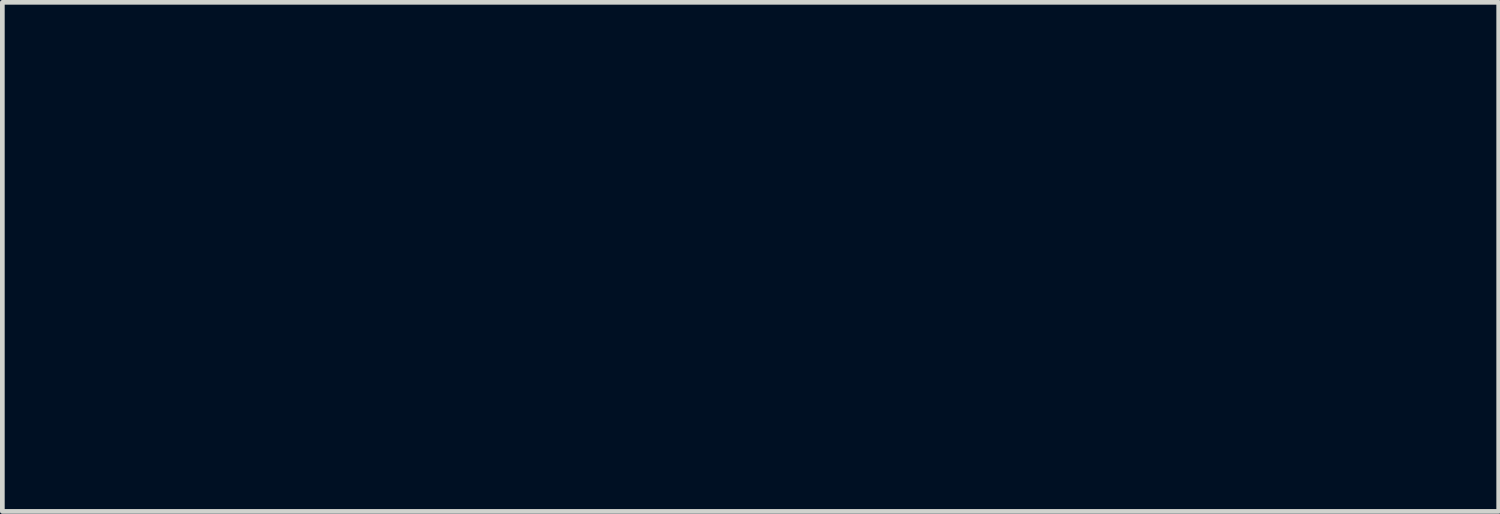
<source format=kicad_pcb>
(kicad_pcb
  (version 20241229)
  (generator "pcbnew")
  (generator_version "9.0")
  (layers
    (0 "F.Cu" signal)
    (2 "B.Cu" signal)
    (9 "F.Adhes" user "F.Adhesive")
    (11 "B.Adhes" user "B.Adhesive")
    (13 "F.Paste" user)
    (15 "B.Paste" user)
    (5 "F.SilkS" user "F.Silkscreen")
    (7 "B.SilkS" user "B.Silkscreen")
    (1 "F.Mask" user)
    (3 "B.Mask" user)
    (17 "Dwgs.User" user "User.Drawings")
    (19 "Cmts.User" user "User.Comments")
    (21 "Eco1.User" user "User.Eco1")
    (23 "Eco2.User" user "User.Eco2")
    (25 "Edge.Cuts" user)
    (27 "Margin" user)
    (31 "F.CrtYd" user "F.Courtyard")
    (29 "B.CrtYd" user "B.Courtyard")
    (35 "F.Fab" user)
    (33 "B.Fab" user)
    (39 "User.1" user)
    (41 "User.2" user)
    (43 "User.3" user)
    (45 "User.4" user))
  (footprint "UOWM_Logo_14x_Mask"
    (layer "F.Cu")
    (at 12.925 2.422)
    (property "Reference" "UOWM_Logo_14x_Mask" (at 0 0 0) (layer "F.Mask") (effects (font (size 1.524 1.524) (thickness 0.3))))
    (attr through_hole)
    (fp_poly (pts (xy -2.068 0.486) (xy -2.46 0.486) (xy -2.46 1.524) (xy -2.75 1.524) (xy -2.75 0.486) (xy -3.142 0.486) (xy -3.142 0.239) (xy -2.068 0.239) (xy -2.068 0.486)) (stroke (width 0.01) (type solid)) (fill yes) (layer "F.Mask"))
    (fp_poly (pts (xy 7.061 0.486) (xy 6.669 0.486) (xy 6.669 1.524) (xy 6.379 1.524) (xy 6.379 0.486) (xy 5.987 0.486) (xy 5.987 0.239) (xy 7.061 0.239) (xy 7.061 0.486)) (stroke (width 0.01) (type solid)) (fill yes) (layer "F.Mask"))
    (fp_poly (pts (xy -5.603 -2.134) (xy -6.785 -2.134) (xy -6.784 -0.003) (xy -6.782 2.127) (xy -6.192 2.126) (xy -5.603 2.126) (xy -5.603 2.268) (xy -5.603 2.409) (xy -7.061 2.409) (xy -7.061 -2.417) (xy -5.603 -2.417) (xy -5.603 -2.134)) (stroke (width 0.01) (type solid)) (fill yes) (layer "F.Mask"))
    (fp_poly (pts (xy -4.761 1.524) (xy -5.022 1.524) (xy -5.024 1.094) (xy -5.026 0.664) (xy -5.362 1.39) (xy -5.459 1.392) (xy -5.555 1.394) (xy -5.59 1.319) (xy -5.626 1.24) (xy -5.662 1.161) (xy -5.698 1.085) (xy -5.732 1.012) (xy -5.764 0.943) (xy -5.794 0.879) (xy -5.821 0.822) (xy -5.844 0.772) (xy -5.863 0.731) (xy -5.879 0.7) (xy -5.889 0.68) (xy -5.893 0.672) (xy -5.893 0.672) (xy -5.895 0.677) (xy -5.896 0.697) (xy -5.897 0.73) (xy -5.898 0.776) (xy -5.899 0.835) (xy -5.9 0.906) (xy -5.9 0.989) (xy -5.9 1.082) (xy -5.9 1.094) (xy -5.9 1.524) (xy -6.161 1.524) (xy -6.16 0.884) (xy -6.158 0.243) (xy -5.833 0.243) (xy -5.663 0.599) (xy -5.631 0.667) (xy -5.6 0.732) (xy -5.571 0.793) (xy -5.544 0.849) (xy -5.521 0.897) (xy -5.502 0.937) (xy -5.488 0.967) (xy -5.479 0.986) (xy -5.476 0.991) (xy -5.459 1.027) (xy -5.408 0.922) (xy -5.376 0.856) (xy -5.345 0.79) (xy -5.313 0.723) (xy -5.279 0.652) (xy -5.243 0.575) (xy -5.202 0.488) (xy -5.174 0.43) (xy -5.085 0.239) (xy -4.761 0.239) (xy -4.761 1.524)) (stroke (width 0.01) (type solid)) (fill yes) (layer "F.Mask"))
    (fp_poly (pts (xy 2.353 0.239) (xy 2.445 0.24) (xy 2.523 0.24) (xy 2.59 0.242) (xy 2.647 0.244) (xy 2.696 0.248) (xy 2.737 0.253) (xy 2.773 0.259) (xy 2.804 0.267) (xy 2.833 0.276) (xy 2.861 0.288) (xy 2.889 0.302) (xy 2.897 0.306) (xy 2.96 0.347) (xy 3.012 0.396) (xy 3.052 0.455) (xy 3.08 0.522) (xy 3.098 0.598) (xy 3.104 0.66) (xy 3.102 0.75) (xy 3.089 0.831) (xy 3.063 0.905) (xy 3.027 0.97) (xy 2.979 1.026) (xy 2.921 1.073) (xy 2.852 1.11) (xy 2.838 1.116) (xy 2.807 1.128) (xy 2.776 1.136) (xy 2.743 1.143) (xy 2.705 1.149) (xy 2.661 1.153) (xy 2.607 1.156) (xy 2.541 1.158) (xy 2.516 1.159) (xy 2.337 1.163) (xy 2.337 1.524) (xy 2.047 1.524) (xy 2.047 0.916) (xy 2.337 0.916) (xy 2.506 0.913) (xy 2.559 0.912) (xy 2.601 0.911) (xy 2.632 0.91) (xy 2.656 0.909) (xy 2.673 0.906) (xy 2.687 0.903) (xy 2.7 0.898) (xy 2.713 0.893) (xy 2.714 0.892) (xy 2.758 0.865) (xy 2.792 0.832) (xy 2.811 0.802) (xy 2.818 0.786) (xy 2.823 0.768) (xy 2.826 0.746) (xy 2.827 0.714) (xy 2.827 0.697) (xy 2.825 0.65) (xy 2.819 0.614) (xy 2.808 0.585) (xy 2.79 0.559) (xy 2.764 0.534) (xy 2.745 0.519) (xy 2.726 0.508) (xy 2.705 0.499) (xy 2.679 0.492) (xy 2.647 0.487) (xy 2.607 0.484) (xy 2.556 0.482) (xy 2.498 0.481) (xy 2.337 0.478) (xy 2.337 0.916) (xy 2.047 0.916) (xy 2.047 0.239) (xy 2.353 0.239)) (stroke (width 0.01) (type solid)) (fill yes) (layer "F.Mask"))
    (fp_poly (pts (xy 1.459 -0.999) (xy 1.495 -0.99) (xy 1.527 -0.974) (xy 1.537 -0.967) (xy 1.565 -0.938) (xy 1.581 -0.902) (xy 1.587 -0.861) (xy 1.581 -0.817) (xy 1.564 -0.773) (xy 1.54 -0.735) (xy 1.518 -0.711) (xy 1.49 -0.68) (xy 1.456 -0.646) (xy 1.42 -0.611) (xy 1.384 -0.578) (xy 1.351 -0.55) (xy 1.324 -0.528) (xy 1.314 -0.52) (xy 1.295 -0.512) (xy 1.272 -0.508) (xy 1.252 -0.51) (xy 1.238 -0.516) (xy 1.236 -0.519) (xy 1.236 -0.536) (xy 1.244 -0.561) (xy 1.258 -0.59) (xy 1.277 -0.62) (xy 1.29 -0.637) (xy 1.319 -0.677) (xy 1.336 -0.711) (xy 1.34 -0.738) (xy 1.331 -0.759) (xy 1.314 -0.773) (xy 1.295 -0.78) (xy 1.274 -0.783) (xy 1.249 -0.78) (xy 1.217 -0.771) (xy 1.178 -0.758) (xy 1.141 -0.745) (xy 1.096 -0.729) (xy 1.05 -0.714) (xy 1.019 -0.704) (xy 0.976 -0.688) (xy 0.929 -0.67) (xy 0.885 -0.651) (xy 0.858 -0.639) (xy 0.813 -0.616) (xy 0.763 -0.59) (xy 0.713 -0.562) (xy 0.664 -0.533) (xy 0.619 -0.506) (xy 0.58 -0.482) (xy 0.55 -0.461) (xy 0.538 -0.452) (xy 0.509 -0.432) (xy 0.484 -0.422) (xy 0.46 -0.423) (xy 0.45 -0.426) (xy 0.431 -0.437) (xy 0.418 -0.453) (xy 0.414 -0.464) (xy 0.42 -0.48) (xy 0.438 -0.501) (xy 0.469 -0.529) (xy 0.51 -0.562) (xy 0.562 -0.6) (xy 0.624 -0.642) (xy 0.63 -0.646) (xy 0.699 -0.692) (xy 0.76 -0.731) (xy 0.816 -0.765) (xy 0.87 -0.795) (xy 0.924 -0.823) (xy 0.983 -0.852) (xy 1.029 -0.874) (xy 1.105 -0.909) (xy 1.171 -0.937) (xy 1.227 -0.96) (xy 1.275 -0.977) (xy 1.317 -0.989) (xy 1.354 -0.997) (xy 1.389 -1.001) (xy 1.413 -1.001) (xy 1.459 -0.999)) (stroke (width 0.01) (type solid)) (fill yes) (layer "F.Mask"))
    (fp_poly (pts (xy -5.024 -1.109) (xy -5.024 -1.018) (xy -5.025 -0.941) (xy -5.026 -0.876) (xy -5.026 -0.822) (xy -5.027 -0.778) (xy -5.028 -0.742) (xy -5.029 -0.713) (xy -5.031 -0.69) (xy -5.032 -0.672) (xy -5.035 -0.657) (xy -5.037 -0.644) (xy -5.04 -0.633) (xy -5.042 -0.627) (xy -5.072 -0.542) (xy -5.113 -0.468) (xy -5.164 -0.404) (xy -5.225 -0.35) (xy -5.295 -0.308) (xy -5.374 -0.276) (xy -5.466 -0.253) (xy -5.56 -0.242) (xy -5.658 -0.244) (xy -5.696 -0.248) (xy -5.789 -0.265) (xy -5.873 -0.293) (xy -5.948 -0.332) (xy -6.013 -0.381) (xy -6.069 -0.441) (xy -6.114 -0.511) (xy -6.149 -0.59) (xy -6.149 -0.592) (xy -6.157 -0.615) (xy -6.163 -0.639) (xy -6.168 -0.665) (xy -6.172 -0.694) (xy -6.176 -0.727) (xy -6.178 -0.767) (xy -6.18 -0.814) (xy -6.182 -0.869) (xy -6.182 -0.934) (xy -6.182 -1.01) (xy -6.182 -1.099) (xy -6.182 -1.161) (xy -6.179 -1.535) (xy -5.896 -1.535) (xy -5.893 -1.118) (xy -5.892 -1.027) (xy -5.891 -0.951) (xy -5.89 -0.886) (xy -5.89 -0.832) (xy -5.888 -0.787) (xy -5.887 -0.751) (xy -5.885 -0.722) (xy -5.882 -0.699) (xy -5.878 -0.68) (xy -5.874 -0.665) (xy -5.869 -0.652) (xy -5.862 -0.639) (xy -5.854 -0.627) (xy -5.846 -0.613) (xy -5.814 -0.572) (xy -5.776 -0.54) (xy -5.733 -0.516) (xy -5.715 -0.508) (xy -5.699 -0.503) (xy -5.68 -0.5) (xy -5.656 -0.498) (xy -5.622 -0.497) (xy -5.599 -0.497) (xy -5.559 -0.497) (xy -5.531 -0.498) (xy -5.51 -0.5) (xy -5.494 -0.504) (xy -5.477 -0.511) (xy -5.463 -0.517) (xy -5.413 -0.55) (xy -5.371 -0.591) (xy -5.345 -0.632) (xy -5.336 -0.649) (xy -5.329 -0.665) (xy -5.324 -0.682) (xy -5.319 -0.702) (xy -5.315 -0.724) (xy -5.312 -0.752) (xy -5.309 -0.785) (xy -5.308 -0.826) (xy -5.307 -0.875) (xy -5.306 -0.934) (xy -5.305 -1.004) (xy -5.305 -1.086) (xy -5.305 -1.152) (xy -5.305 -1.539) (xy -5.021 -1.539) (xy -5.024 -1.109)) (stroke (width 0.01) (type solid)) (fill yes) (layer "F.Mask"))
    (fp_poly (pts (xy -4.096 -1.543) (xy -3.996 -1.529) (xy -3.9 -1.502) (xy -3.811 -1.463) (xy -3.728 -1.412) (xy -3.667 -1.361) (xy -3.602 -1.292) (xy -3.55 -1.215) (xy -3.51 -1.132) (xy -3.484 -1.043) (xy -3.471 -0.948) (xy -3.469 -0.897) (xy -3.475 -0.801) (xy -3.492 -0.713) (xy -3.521 -0.63) (xy -3.563 -0.552) (xy -3.607 -0.49) (xy -3.664 -0.428) (xy -3.733 -0.373) (xy -3.809 -0.326) (xy -3.89 -0.289) (xy -3.948 -0.27) (xy -4.028 -0.252) (xy -4.108 -0.243) (xy -4.184 -0.241) (xy -4.227 -0.244) (xy -4.326 -0.261) (xy -4.414 -0.287) (xy -4.494 -0.321) (xy -4.568 -0.366) (xy -4.579 -0.374) (xy -4.653 -0.437) (xy -4.717 -0.509) (xy -4.768 -0.588) (xy -4.807 -0.674) (xy -4.819 -0.712) (xy -4.828 -0.754) (xy -4.835 -0.805) (xy -4.839 -0.861) (xy -4.84 -0.918) (xy -4.84 -0.92) (xy -4.549 -0.92) (xy -4.549 -0.875) (xy -4.54 -0.803) (xy -4.52 -0.739) (xy -4.488 -0.678) (xy -4.474 -0.658) (xy -4.432 -0.607) (xy -4.385 -0.566) (xy -4.331 -0.534) (xy -4.274 -0.511) (xy -4.224 -0.498) (xy -4.167 -0.493) (xy -4.108 -0.495) (xy -4.052 -0.503) (xy -4.026 -0.511) (xy -3.959 -0.542) (xy -3.901 -0.583) (xy -3.853 -0.632) (xy -3.814 -0.688) (xy -3.785 -0.75) (xy -3.767 -0.815) (xy -3.759 -0.883) (xy -3.762 -0.951) (xy -3.777 -1.018) (xy -3.804 -1.083) (xy -3.842 -1.143) (xy -3.876 -1.182) (xy -3.933 -1.229) (xy -3.996 -1.264) (xy -4.062 -1.287) (xy -4.131 -1.297) (xy -4.201 -1.294) (xy -4.269 -1.279) (xy -4.335 -1.252) (xy -4.396 -1.211) (xy -4.431 -1.18) (xy -4.481 -1.122) (xy -4.517 -1.06) (xy -4.539 -0.993) (xy -4.549 -0.92) (xy -4.84 -0.92) (xy -4.838 -0.971) (xy -4.833 -1.016) (xy -4.83 -1.029) (xy -4.802 -1.124) (xy -4.762 -1.21) (xy -4.71 -1.288) (xy -4.649 -1.357) (xy -4.578 -1.416) (xy -4.498 -1.464) (xy -4.409 -1.502) (xy -4.314 -1.528) (xy -4.211 -1.542) (xy -4.199 -1.543) (xy -4.096 -1.543)) (stroke (width 0.01) (type solid)) (fill yes) (layer "F.Mask"))
    (fp_poly (pts (xy -0.136 0.24) (xy -0.048 0.24) (xy 0.027 0.24) (xy 0.091 0.241) (xy 0.144 0.243) (xy 0.19 0.245) (xy 0.228 0.248) (xy 0.26 0.253) (xy 0.289 0.258) (xy 0.315 0.264) (xy 0.341 0.272) (xy 0.358 0.278) (xy 0.42 0.305) (xy 0.473 0.339) (xy 0.517 0.377) (xy 0.561 0.428) (xy 0.595 0.487) (xy 0.619 0.554) (xy 0.633 0.624) (xy 0.637 0.697) (xy 0.631 0.77) (xy 0.615 0.841) (xy 0.589 0.908) (xy 0.554 0.97) (xy 0.513 1.019) (xy 0.487 1.042) (xy 0.46 1.064) (xy 0.437 1.079) (xy 0.434 1.081) (xy 0.414 1.092) (xy 0.402 1.101) (xy 0.399 1.105) (xy 0.403 1.112) (xy 0.413 1.13) (xy 0.429 1.154) (xy 0.448 1.184) (xy 0.455 1.195) (xy 0.478 1.23) (xy 0.506 1.274) (xy 0.536 1.321) (xy 0.567 1.369) (xy 0.589 1.403) (xy 0.667 1.524) (xy 0.338 1.52) (xy 0.242 1.347) (xy 0.216 1.301) (xy 0.193 1.259) (xy 0.173 1.223) (xy 0.156 1.195) (xy 0.145 1.175) (xy 0.14 1.167) (xy 0.139 1.167) (xy 0.131 1.165) (xy 0.11 1.164) (xy 0.079 1.162) (xy 0.041 1.161) (xy -0.003 1.161) (xy -0.05 1.16) (xy -0.098 1.16) (xy -0.144 1.161) (xy -0.151 1.161) (xy -0.154 1.164) (xy -0.156 1.175) (xy -0.157 1.194) (xy -0.159 1.224) (xy -0.159 1.264) (xy -0.16 1.318) (xy -0.16 1.343) (xy -0.16 1.524) (xy -0.45 1.524) (xy -0.45 0.479) (xy -0.16 0.479) (xy -0.16 0.915) (xy 0.024 0.913) (xy 0.207 0.911) (xy 0.248 0.89) (xy 0.291 0.863) (xy 0.323 0.83) (xy 0.345 0.789) (xy 0.356 0.738) (xy 0.358 0.686) (xy 0.353 0.63) (xy 0.338 0.585) (xy 0.312 0.548) (xy 0.275 0.519) (xy 0.262 0.512) (xy 0.238 0.501) (xy 0.212 0.493) (xy 0.182 0.487) (xy 0.144 0.483) (xy 0.099 0.481) (xy 0.042 0.479) (xy -0.009 0.479) (xy -0.16 0.479) (xy -0.45 0.479) (xy -0.45 0.239) (xy -0.136 0.24)) (stroke (width 0.01) (type solid)) (fill yes) (layer "F.Mask"))
    (fp_poly (pts (xy -3.846 0.236) (xy -3.794 0.238) (xy -3.748 0.241) (xy -3.71 0.246) (xy -3.697 0.248) (xy -3.599 0.279) (xy -3.509 0.32) (xy -3.429 0.372) (xy -3.358 0.435) (xy -3.298 0.507) (xy -3.248 0.588) (xy -3.237 0.611) (xy -3.215 0.663) (xy -3.199 0.712) (xy -3.189 0.763) (xy -3.183 0.819) (xy -3.181 0.857) (xy -3.179 0.908) (xy -3.181 0.949) (xy -3.185 0.986) (xy -3.189 1.01) (xy -3.215 1.104) (xy -3.254 1.191) (xy -3.304 1.27) (xy -3.365 1.34) (xy -3.436 1.401) (xy -3.518 1.452) (xy -3.608 1.493) (xy -3.685 1.518) (xy -3.729 1.526) (xy -3.782 1.532) (xy -3.84 1.535) (xy -3.899 1.536) (xy -3.954 1.533) (xy -4.001 1.528) (xy -4.003 1.528) (xy -4.098 1.504) (xy -4.187 1.468) (xy -4.27 1.422) (xy -4.344 1.364) (xy -4.409 1.298) (xy -4.464 1.223) (xy -4.503 1.149) (xy -4.533 1.066) (xy -4.551 0.977) (xy -4.557 0.896) (xy -4.259 0.896) (xy -4.254 0.95) (xy -4.244 1) (xy -4.237 1.024) (xy -4.205 1.09) (xy -4.162 1.15) (xy -4.109 1.2) (xy -4.049 1.24) (xy -3.982 1.268) (xy -3.974 1.271) (xy -3.936 1.278) (xy -3.89 1.283) (xy -3.842 1.284) (xy -3.798 1.281) (xy -3.774 1.277) (xy -3.71 1.255) (xy -3.651 1.22) (xy -3.597 1.175) (xy -3.55 1.121) (xy -3.513 1.059) (xy -3.488 0.995) (xy -3.481 0.96) (xy -3.477 0.916) (xy -3.477 0.869) (xy -3.479 0.823) (xy -3.485 0.784) (xy -3.487 0.777) (xy -3.513 0.706) (xy -3.551 0.643) (xy -3.6 0.588) (xy -3.658 0.543) (xy -3.724 0.51) (xy -3.759 0.498) (xy -3.796 0.49) (xy -3.842 0.487) (xy -3.891 0.487) (xy -3.936 0.491) (xy -3.97 0.498) (xy -4.039 0.525) (xy -4.102 0.564) (xy -4.156 0.613) (xy -4.2 0.67) (xy -4.233 0.733) (xy -4.253 0.797) (xy -4.259 0.843) (xy -4.259 0.896) (xy -4.557 0.896) (xy -4.557 0.886) (xy -4.552 0.795) (xy -4.535 0.708) (xy -4.525 0.676) (xy -4.488 0.587) (xy -4.438 0.506) (xy -4.378 0.435) (xy -4.308 0.373) (xy -4.228 0.321) (xy -4.138 0.28) (xy -4.04 0.249) (xy -4.024 0.246) (xy -3.991 0.241) (xy -3.948 0.238) (xy -3.898 0.236) (xy -3.846 0.236)) (stroke (width 0.01) (type solid)) (fill yes) (layer "F.Mask"))
    (fp_poly (pts (xy 3.904 0.237) (xy 3.953 0.237) (xy 3.99 0.238) (xy 4.02 0.24) (xy 4.045 0.243) (xy 4.069 0.248) (xy 4.096 0.254) (xy 4.102 0.256) (xy 4.196 0.288) (xy 4.281 0.331) (xy 4.358 0.385) (xy 4.426 0.448) (xy 4.483 0.52) (xy 4.529 0.599) (xy 4.563 0.685) (xy 4.584 0.776) (xy 4.591 0.842) (xy 4.591 0.932) (xy 4.58 1.016) (xy 4.558 1.098) (xy 4.522 1.181) (xy 4.512 1.2) (xy 4.485 1.244) (xy 4.448 1.291) (xy 4.404 1.338) (xy 4.357 1.382) (xy 4.309 1.42) (xy 4.272 1.444) (xy 4.216 1.471) (xy 4.154 1.496) (xy 4.09 1.516) (xy 4.031 1.529) (xy 4.018 1.531) (xy 3.962 1.536) (xy 3.901 1.538) (xy 3.841 1.536) (xy 3.786 1.531) (xy 3.769 1.528) (xy 3.671 1.503) (xy 3.58 1.467) (xy 3.498 1.419) (xy 3.423 1.362) (xy 3.359 1.295) (xy 3.304 1.218) (xy 3.262 1.134) (xy 3.232 1.049) (xy 3.224 1.007) (xy 3.219 0.955) (xy 3.217 0.897) (xy 3.217 0.893) (xy 3.511 0.893) (xy 3.519 0.968) (xy 3.54 1.038) (xy 3.573 1.103) (xy 3.618 1.16) (xy 3.672 1.208) (xy 3.737 1.247) (xy 3.788 1.268) (xy 3.833 1.278) (xy 3.885 1.284) (xy 3.939 1.283) (xy 3.989 1.278) (xy 4.005 1.274) (xy 4.07 1.25) (xy 4.13 1.213) (xy 4.184 1.166) (xy 4.229 1.111) (xy 4.255 1.066) (xy 4.282 0.994) (xy 4.295 0.919) (xy 4.295 0.844) (xy 4.282 0.771) (xy 4.255 0.701) (xy 4.233 0.661) (xy 4.187 0.603) (xy 4.133 0.555) (xy 4.071 0.52) (xy 4.003 0.497) (xy 3.929 0.487) (xy 3.908 0.486) (xy 3.837 0.491) (xy 3.774 0.506) (xy 3.717 0.532) (xy 3.662 0.571) (xy 3.628 0.602) (xy 3.58 0.658) (xy 3.545 0.716) (xy 3.522 0.779) (xy 3.512 0.849) (xy 3.511 0.893) (xy 3.217 0.893) (xy 3.218 0.839) (xy 3.222 0.783) (xy 3.229 0.734) (xy 3.235 0.708) (xy 3.269 0.616) (xy 3.315 0.532) (xy 3.374 0.456) (xy 3.418 0.411) (xy 3.482 0.359) (xy 3.55 0.317) (xy 3.626 0.282) (xy 3.707 0.256) (xy 3.734 0.248) (xy 3.758 0.243) (xy 3.781 0.24) (xy 3.808 0.238) (xy 3.841 0.237) (xy 3.884 0.237) (xy 3.904 0.237)) (stroke (width 0.01) (type solid)) (fill yes) (layer "F.Mask"))
    (fp_poly (pts (xy 4.484 -0.013) (xy 4.513 -0.008) (xy 4.553 -0.001) (xy 4.603 0.009) (xy 4.66 0.021) (xy 4.723 0.035) (xy 4.792 0.05) (xy 4.863 0.066) (xy 4.936 0.082) (xy 5.009 0.099) (xy 5.08 0.116) (xy 5.149 0.133) (xy 5.17 0.138) (xy 5.295 0.171) (xy 5.406 0.204) (xy 5.503 0.236) (xy 5.585 0.268) (xy 5.639 0.292) (xy 5.708 0.331) (xy 5.765 0.377) (xy 5.81 0.43) (xy 5.844 0.491) (xy 5.868 0.56) (xy 5.876 0.599) (xy 5.88 0.648) (xy 5.881 0.701) (xy 5.879 0.753) (xy 5.873 0.799) (xy 5.868 0.82) (xy 5.846 0.885) (xy 5.815 0.946) (xy 5.776 1.001) (xy 5.732 1.046) (xy 5.684 1.079) (xy 5.681 1.081) (xy 5.661 1.092) (xy 5.649 1.101) (xy 5.646 1.104) (xy 5.65 1.111) (xy 5.661 1.129) (xy 5.677 1.156) (xy 5.698 1.189) (xy 5.723 1.228) (xy 5.749 1.268) (xy 5.778 1.313) (xy 5.806 1.356) (xy 5.831 1.396) (xy 5.853 1.429) (xy 5.869 1.454) (xy 5.877 1.466) (xy 5.891 1.488) (xy 5.903 1.506) (xy 5.909 1.515) (xy 5.909 1.518) (xy 5.901 1.52) (xy 5.886 1.522) (xy 5.86 1.523) (xy 5.823 1.524) (xy 5.774 1.524) (xy 5.75 1.524) (xy 5.584 1.523) (xy 5.388 1.165) (xy 5.238 1.163) (xy 5.087 1.161) (xy 5.087 1.524) (xy 4.797 1.524) (xy 4.797 0.915) (xy 5.087 0.915) (xy 5.271 0.913) (xy 5.454 0.911) (xy 5.495 0.89) (xy 5.538 0.864) (xy 5.57 0.83) (xy 5.591 0.789) (xy 5.603 0.739) (xy 5.606 0.686) (xy 5.6 0.63) (xy 5.583 0.583) (xy 5.554 0.545) (xy 5.514 0.514) (xy 5.482 0.498) (xy 5.469 0.493) (xy 5.455 0.49) (xy 5.439 0.487) (xy 5.416 0.485) (xy 5.387 0.483) (xy 5.348 0.482) (xy 5.297 0.481) (xy 5.267 0.48) (xy 5.087 0.478) (xy 5.087 0.915) (xy 4.797 0.915) (xy 4.797 0.24) (xy 4.926 0.238) (xy 5.055 0.236) (xy 4.942 0.198) (xy 4.827 0.161) (xy 4.717 0.128) (xy 4.605 0.097) (xy 4.544 0.08) (xy 4.505 0.07) (xy 4.472 0.06) (xy 4.445 0.051) (xy 4.429 0.045) (xy 4.426 0.042) (xy 4.42 0.022) (xy 4.427 0.004) (xy 4.443 -0.009) (xy 4.467 -0.015) (xy 4.468 -0.015) (xy 4.484 -0.013)) (stroke (width 0.01) (type solid)) (fill yes) (layer "F.Mask"))
    (fp_poly (pts (xy -1.278 0.237) (xy -1.221 0.242) (xy -1.169 0.25) (xy -1.121 0.263) (xy -1.07 0.281) (xy -1.02 0.304) (xy -0.936 0.352) (xy -0.861 0.41) (xy -0.796 0.478) (xy -0.742 0.554) (xy -0.699 0.638) (xy -0.673 0.715) (xy -0.665 0.756) (xy -0.66 0.806) (xy -0.657 0.861) (xy -0.657 0.917) (xy -0.659 0.969) (xy -0.665 1.014) (xy -0.67 1.037) (xy -0.703 1.131) (xy -0.747 1.218) (xy -0.803 1.296) (xy -0.868 1.365) (xy -0.944 1.424) (xy -1.028 1.471) (xy -1.036 1.474) (xy -1.102 1.501) (xy -1.17 1.519) (xy -1.242 1.53) (xy -1.321 1.535) (xy -1.36 1.536) (xy -1.394 1.536) (xy -1.421 1.536) (xy -1.438 1.535) (xy -1.441 1.534) (xy -1.456 1.531) (xy -1.479 1.527) (xy -1.495 1.523) (xy -1.59 1.498) (xy -1.678 1.461) (xy -1.759 1.413) (xy -1.832 1.354) (xy -1.895 1.285) (xy -1.947 1.208) (xy -1.966 1.172) (xy -1.989 1.121) (xy -2.006 1.076) (xy -2.018 1.032) (xy -2.025 0.985) (xy -2.029 0.929) (xy -2.03 0.907) (xy -2.03 0.889) (xy -1.734 0.889) (xy -1.732 0.94) (xy -1.725 0.984) (xy -1.724 0.989) (xy -1.697 1.06) (xy -1.658 1.123) (xy -1.618 1.168) (xy -1.561 1.217) (xy -1.5 1.252) (xy -1.434 1.274) (xy -1.361 1.283) (xy -1.343 1.284) (xy -1.308 1.283) (xy -1.273 1.28) (xy -1.245 1.275) (xy -1.242 1.274) (xy -1.183 1.253) (xy -1.131 1.223) (xy -1.08 1.182) (xy -1.069 1.171) (xy -1.02 1.114) (xy -0.985 1.053) (xy -0.962 0.986) (xy -0.952 0.913) (xy -0.952 0.854) (xy -0.964 0.779) (xy -0.987 0.71) (xy -1.023 0.647) (xy -1.069 0.593) (xy -1.125 0.548) (xy -1.19 0.513) (xy -1.233 0.498) (xy -1.278 0.489) (xy -1.33 0.486) (xy -1.384 0.488) (xy -1.434 0.496) (xy -1.456 0.501) (xy -1.525 0.53) (xy -1.587 0.57) (xy -1.64 0.62) (xy -1.683 0.679) (xy -1.714 0.744) (xy -1.725 0.786) (xy -1.732 0.836) (xy -1.734 0.889) (xy -2.03 0.889) (xy -2.028 0.81) (xy -2.015 0.722) (xy -1.99 0.64) (xy -1.952 0.563) (xy -1.901 0.489) (xy -1.855 0.437) (xy -1.79 0.378) (xy -1.717 0.328) (xy -1.635 0.288) (xy -1.543 0.257) (xy -1.54 0.256) (xy -1.512 0.248) (xy -1.487 0.243) (xy -1.463 0.24) (xy -1.435 0.238) (xy -1.4 0.237) (xy -1.354 0.236) (xy -1.346 0.236) (xy -1.278 0.237)) (stroke (width 0.01) (type solid)) (fill yes) (layer "F.Mask"))
    (fp_poly (pts (xy 1.447 0.234) (xy 1.543 0.251) (xy 1.638 0.278) (xy 1.728 0.314) (xy 1.74 0.32) (xy 1.77 0.335) (xy 1.795 0.349) (xy 1.812 0.36) (xy 1.819 0.366) (xy 1.817 0.374) (xy 1.81 0.393) (xy 1.799 0.42) (xy 1.785 0.451) (xy 1.77 0.486) (xy 1.755 0.52) (xy 1.74 0.552) (xy 1.728 0.578) (xy 1.718 0.596) (xy 1.715 0.602) (xy 1.708 0.6) (xy 1.692 0.593) (xy 1.669 0.581) (xy 1.664 0.579) (xy 1.587 0.542) (xy 1.511 0.513) (xy 1.439 0.492) (xy 1.371 0.479) (xy 1.309 0.475) (xy 1.255 0.48) (xy 1.209 0.493) (xy 1.189 0.504) (xy 1.165 0.528) (xy 1.152 0.558) (xy 1.15 0.591) (xy 1.16 0.625) (xy 1.181 0.655) (xy 1.185 0.658) (xy 1.201 0.672) (xy 1.219 0.685) (xy 1.241 0.697) (xy 1.269 0.709) (xy 1.305 0.722) (xy 1.351 0.737) (xy 1.408 0.755) (xy 1.433 0.762) (xy 1.517 0.789) (xy 1.588 0.816) (xy 1.647 0.844) (xy 1.695 0.873) (xy 1.735 0.905) (xy 1.766 0.94) (xy 1.792 0.98) (xy 1.801 0.998) (xy 1.822 1.06) (xy 1.831 1.127) (xy 1.829 1.195) (xy 1.814 1.262) (xy 1.789 1.324) (xy 1.771 1.354) (xy 1.73 1.401) (xy 1.677 1.442) (xy 1.615 1.476) (xy 1.544 1.503) (xy 1.467 1.522) (xy 1.385 1.533) (xy 1.3 1.535) (xy 1.248 1.531) (xy 1.138 1.513) (xy 1.03 1.482) (xy 0.928 1.439) (xy 0.832 1.384) (xy 0.808 1.367) (xy 0.762 1.335) (xy 0.779 1.297) (xy 0.794 1.265) (xy 0.811 1.23) (xy 0.828 1.196) (xy 0.845 1.163) (xy 0.859 1.135) (xy 0.871 1.115) (xy 0.878 1.104) (xy 0.879 1.103) (xy 0.887 1.107) (xy 0.903 1.118) (xy 0.925 1.134) (xy 0.93 1.138) (xy 1.002 1.186) (xy 1.08 1.226) (xy 1.16 1.256) (xy 1.239 1.277) (xy 1.316 1.286) (xy 1.332 1.286) (xy 1.389 1.283) (xy 1.434 1.274) (xy 1.47 1.258) (xy 1.496 1.237) (xy 1.509 1.221) (xy 1.517 1.207) (xy 1.52 1.189) (xy 1.52 1.166) (xy 1.517 1.131) (xy 1.507 1.104) (xy 1.486 1.081) (xy 1.454 1.059) (xy 1.444 1.053) (xy 1.429 1.045) (xy 1.412 1.038) (xy 1.393 1.03) (xy 1.37 1.022) (xy 1.339 1.012) (xy 1.3 1) (xy 1.25 0.985) (xy 1.197 0.969) (xy 1.115 0.942) (xy 1.045 0.913) (xy 0.988 0.881) (xy 0.941 0.845) (xy 0.904 0.805) (xy 0.875 0.759) (xy 0.871 0.752) (xy 0.858 0.725) (xy 0.851 0.702) (xy 0.846 0.678) (xy 0.844 0.646) (xy 0.843 0.633) (xy 0.844 0.565) (xy 0.853 0.507) (xy 0.872 0.456) (xy 0.902 0.409) (xy 0.943 0.363) (xy 0.99 0.322) (xy 1.042 0.29) (xy 1.101 0.265) (xy 1.169 0.246) (xy 1.248 0.233) (xy 1.264 0.231) (xy 1.353 0.227) (xy 1.447 0.234)) (stroke (width 0.01) (type solid)) (fill yes) (layer "F.Mask"))
    (fp_poly (pts (xy -2.282 -1.417) (xy -2.27 -1.373) (xy -2.258 -1.33) (xy -2.247 -1.292) (xy -2.239 -1.262) (xy -2.235 -1.248) (xy -2.229 -1.226) (xy -2.22 -1.192) (xy -2.209 -1.152) (xy -2.196 -1.107) (xy -2.186 -1.07) (xy -2.171 -1.019) (xy -2.154 -0.958) (xy -2.136 -0.895) (xy -2.119 -0.834) (xy -2.109 -0.796) (xy -2.091 -0.734) (xy -2.078 -0.685) (xy -2.067 -0.647) (xy -2.058 -0.619) (xy -2.052 -0.599) (xy -2.048 -0.586) (xy -2.044 -0.578) (xy -2.042 -0.575) (xy -2.04 -0.573) (xy -2.039 -0.573) (xy -2.033 -0.579) (xy -2.032 -0.583) (xy -2.03 -0.593) (xy -2.025 -0.614) (xy -2.017 -0.645) (xy -2.006 -0.684) (xy -1.994 -0.729) (xy -1.985 -0.763) (xy -1.97 -0.817) (xy -1.954 -0.872) (xy -1.939 -0.925) (xy -1.926 -0.973) (xy -1.915 -1.012) (xy -1.912 -1.023) (xy -1.903 -1.057) (xy -1.891 -1.1) (xy -1.877 -1.152) (xy -1.861 -1.207) (xy -1.846 -1.264) (xy -1.837 -1.295) (xy -1.823 -1.346) (xy -1.81 -1.394) (xy -1.798 -1.436) (xy -1.788 -1.471) (xy -1.781 -1.496) (xy -1.778 -1.508) (xy -1.77 -1.539) (xy -1.625 -1.539) (xy -1.581 -1.538) (xy -1.543 -1.538) (xy -1.512 -1.536) (xy -1.49 -1.535) (xy -1.481 -1.533) (xy -1.481 -1.533) (xy -1.483 -1.525) (xy -1.489 -1.505) (xy -1.499 -1.474) (xy -1.513 -1.433) (xy -1.529 -1.383) (xy -1.548 -1.326) (xy -1.569 -1.264) (xy -1.591 -1.197) (xy -1.597 -1.179) (xy -1.624 -1.098) (xy -1.653 -1.009) (xy -1.684 -0.917) (xy -1.715 -0.824) (xy -1.745 -0.734) (xy -1.773 -0.649) (xy -1.798 -0.574) (xy -1.808 -0.542) (xy -1.903 -0.254) (xy -2.198 -0.254) (xy -2.213 -0.303) (xy -2.227 -0.352) (xy -2.243 -0.408) (xy -2.259 -0.466) (xy -2.268 -0.497) (xy -2.272 -0.512) (xy -2.28 -0.539) (xy -2.29 -0.576) (xy -2.303 -0.623) (xy -2.319 -0.677) (xy -2.336 -0.736) (xy -2.354 -0.799) (xy -2.363 -0.831) (xy -2.381 -0.895) (xy -2.398 -0.954) (xy -2.413 -1.009) (xy -2.426 -1.056) (xy -2.437 -1.095) (xy -2.445 -1.124) (xy -2.45 -1.141) (xy -2.451 -1.145) (xy -2.457 -1.159) (xy -2.465 -1.159) (xy -2.47 -1.148) (xy -2.473 -1.138) (xy -2.48 -1.116) (xy -2.489 -1.084) (xy -2.5 -1.044) (xy -2.513 -0.999) (xy -2.522 -0.969) (xy -2.539 -0.911) (xy -2.557 -0.847) (xy -2.576 -0.783) (xy -2.593 -0.722) (xy -2.608 -0.67) (xy -2.61 -0.664) (xy -2.626 -0.609) (xy -2.644 -0.546) (xy -2.663 -0.482) (xy -2.68 -0.422) (xy -2.688 -0.392) (xy -2.727 -0.258) (xy -2.876 -0.256) (xy -3.025 -0.254) (xy -3.102 -0.488) (xy -3.119 -0.541) (xy -3.14 -0.605) (xy -3.164 -0.679) (xy -3.191 -0.759) (xy -3.219 -0.844) (xy -3.247 -0.93) (xy -3.276 -1.017) (xy -3.304 -1.101) (xy -3.313 -1.128) (xy -3.337 -1.202) (xy -3.36 -1.271) (xy -3.381 -1.335) (xy -3.4 -1.392) (xy -3.416 -1.442) (xy -3.429 -1.482) (xy -3.439 -1.512) (xy -3.445 -1.531) (xy -3.447 -1.537) (xy -3.44 -1.537) (xy -3.421 -1.538) (xy -3.391 -1.538) (xy -3.354 -1.537) (xy -3.31 -1.537) (xy -3.293 -1.537) (xy -3.14 -1.535) (xy -3.131 -1.502) (xy -3.123 -1.472) (xy -3.112 -1.434) (xy -3.099 -1.386) (xy -3.083 -1.329) (xy -3.064 -1.261) (xy -3.042 -1.182) (xy -3.017 -1.091) (xy -2.988 -0.987) (xy -2.965 -0.905) (xy -2.946 -0.839) (xy -2.929 -0.777) (xy -2.914 -0.721) (xy -2.9 -0.673) (xy -2.889 -0.632) (xy -2.881 -0.602) (xy -2.875 -0.583) (xy -2.874 -0.577) (xy -2.868 -0.573) (xy -2.868 -0.573) (xy -2.864 -0.58) (xy -2.857 -0.598) (xy -2.849 -0.624) (xy -2.842 -0.648) (xy -2.834 -0.677) (xy -2.823 -0.717) (xy -2.81 -0.764) (xy -2.796 -0.816) (xy -2.782 -0.869) (xy -2.776 -0.889) (xy -2.746 -0.999) (xy -2.719 -1.096) (xy -2.696 -1.18) (xy -2.676 -1.253) (xy -2.658 -1.315) (xy -2.644 -1.366) (xy -2.632 -1.409) (xy -2.623 -1.443) (xy -2.616 -1.469) (xy -2.611 -1.489) (xy -2.607 -1.502) (xy -2.606 -1.508) (xy -2.597 -1.539) (xy -2.317 -1.539) (xy -2.282 -1.417)) (stroke (width 0.01) (type solid)) (fill yes) (layer "F.Mask"))
    (fp_poly (pts (xy -0.975 -1.516) (xy -0.932 -1.513) (xy -0.881 -1.508) (xy -0.819 -1.501) (xy -0.747 -1.492) (xy -0.662 -1.48) (xy -0.61 -1.473) (xy -0.457 -1.447) (xy -0.315 -1.416) (xy -0.183 -1.378) (xy -0.062 -1.334) (xy 0.046 -1.285) (xy 0.094 -1.26) (xy 0.145 -1.229) (xy 0.199 -1.195) (xy 0.252 -1.159) (xy 0.303 -1.122) (xy 0.348 -1.088) (xy 0.385 -1.058) (xy 0.403 -1.041) (xy 0.44 -0.998) (xy 0.465 -0.954) (xy 0.477 -0.91) (xy 0.476 -0.869) (xy 0.469 -0.847) (xy 0.453 -0.821) (xy 0.426 -0.794) (xy 0.394 -0.769) (xy 0.36 -0.751) (xy 0.354 -0.749) (xy 0.323 -0.74) (xy 0.282 -0.732) (xy 0.234 -0.725) (xy 0.183 -0.72) (xy 0.134 -0.718) (xy 0.129 -0.718) (xy 0.089 -0.716) (xy 0.062 -0.712) (xy 0.046 -0.702) (xy 0.04 -0.686) (xy 0.044 -0.662) (xy 0.056 -0.627) (xy 0.063 -0.608) (xy 0.079 -0.568) (xy 0.097 -0.521) (xy 0.114 -0.475) (xy 0.122 -0.453) (xy 0.137 -0.411) (xy 0.148 -0.381) (xy 0.157 -0.362) (xy 0.165 -0.351) (xy 0.174 -0.348) (xy 0.186 -0.351) (xy 0.201 -0.358) (xy 0.212 -0.363) (xy 0.243 -0.376) (xy 0.28 -0.388) (xy 0.312 -0.397) (xy 0.342 -0.402) (xy 0.373 -0.404) (xy 0.407 -0.402) (xy 0.447 -0.397) (xy 0.495 -0.388) (xy 0.554 -0.375) (xy 0.576 -0.37) (xy 0.694 -0.344) (xy 0.805 -0.326) (xy 0.911 -0.317) (xy 1.016 -0.315) (xy 1.108 -0.319) (xy 1.154 -0.322) (xy 1.201 -0.326) (xy 1.247 -0.331) (xy 1.289 -0.336) (xy 1.326 -0.341) (xy 1.354 -0.346) (xy 1.373 -0.35) (xy 1.378 -0.352) (xy 1.381 -0.36) (xy 1.385 -0.378) (xy 1.387 -0.387) (xy 1.397 -0.427) (xy 1.414 -0.474) (xy 1.416 -0.479) (xy 1.604 -0.479) (xy 1.61 -0.427) (xy 1.63 -0.381) (xy 1.661 -0.342) (xy 1.703 -0.31) (xy 1.755 -0.287) (xy 1.801 -0.277) (xy 1.846 -0.272) (xy 1.9 -0.27) (xy 1.957 -0.271) (xy 2.012 -0.274) (xy 2.051 -0.28) (xy 2.101 -0.29) (xy 2.157 -0.304) (xy 2.217 -0.321) (xy 2.276 -0.341) (xy 2.332 -0.361) (xy 2.381 -0.38) (xy 2.42 -0.398) (xy 2.424 -0.401) (xy 2.453 -0.418) (xy 2.481 -0.436) (xy 2.504 -0.453) (xy 2.521 -0.467) (xy 2.529 -0.476) (xy 2.53 -0.478) (xy 2.521 -0.481) (xy 2.502 -0.483) (xy 2.475 -0.485) (xy 2.463 -0.485) (xy 2.415 -0.488) (xy 2.364 -0.494) (xy 2.312 -0.502) (xy 2.261 -0.512) (xy 2.213 -0.524) (xy 2.171 -0.536) (xy 2.137 -0.548) (xy 2.115 -0.56) (xy 2.109 -0.565) (xy 2.098 -0.584) (xy 2.101 -0.602) (xy 2.118 -0.62) (xy 2.141 -0.633) (xy 2.169 -0.644) (xy 2.209 -0.655) (xy 2.259 -0.667) (xy 2.315 -0.679) (xy 2.375 -0.69) (xy 2.437 -0.699) (xy 2.498 -0.707) (xy 2.507 -0.708) (xy 2.546 -0.712) (xy 2.58 -0.715) (xy 2.606 -0.718) (xy 2.622 -0.72) (xy 2.625 -0.72) (xy 2.625 -0.726) (xy 2.616 -0.74) (xy 2.601 -0.759) (xy 2.591 -0.77) (xy 2.561 -0.8) (xy 2.531 -0.823) (xy 2.498 -0.839) (xy 2.459 -0.849) (xy 2.409 -0.857) (xy 2.396 -0.858) (xy 2.296 -0.862) (xy 2.191 -0.854) (xy 2.086 -0.834) (xy 1.983 -0.804) (xy 1.941 -0.788) (xy 1.859 -0.752) (xy 1.791 -0.718) (xy 1.734 -0.686) (xy 1.69 -0.654) (xy 1.655 -0.623) (xy 1.63 -0.59) (xy 1.613 -0.556) (xy 1.612 -0.552) (xy 1.608 -0.532) (xy 1.605 -0.504) (xy 1.604 -0.479) (xy 1.416 -0.479) (xy 1.435 -0.521) (xy 1.457 -0.564) (xy 1.468 -0.581) (xy 1.518 -0.647) (xy 1.579 -0.712) (xy 1.649 -0.772) (xy 1.724 -0.825) (xy 1.782 -0.858) (xy 1.859 -0.893) (xy 1.944 -0.922) (xy 2.034 -0.945) (xy 2.126 -0.962) (xy 2.219 -0.973) (xy 2.309 -0.977) (xy 2.393 -0.974) (xy 2.47 -0.963) (xy 2.519 -0.951) (xy 2.582 -0.924) (xy 2.638 -0.885) (xy 2.685 -0.836) (xy 2.722 -0.778) (xy 2.738 -0.742) (xy 2.749 -0.699) (xy 2.754 -0.653) (xy 2.753 -0.607) (xy 2.745 -0.566) (xy 2.737 -0.544) (xy 2.721 -0.518) (xy 2.699 -0.485) (xy 2.673 -0.45) (xy 2.647 -0.416) (xy 2.623 -0.389) (xy 2.614 -0.38) (xy 2.6 -0.365) (xy 2.592 -0.355) (xy 2.591 -0.353) (xy 2.597 -0.353) (xy 2.613 -0.357) (xy 2.625 -0.361) (xy 2.659 -0.379) (xy 2.684 -0.401) (xy 2.717 -0.437) (xy 2.742 -0.463) (xy 2.761 -0.481) (xy 2.777 -0.492) (xy 2.791 -0.498) (xy 2.805 -0.501) (xy 2.812 -0.501) (xy 2.828 -0.5) (xy 2.84 -0.497) (xy 2.851 -0.489) (xy 2.866 -0.474) (xy 2.885 -0.451) (xy 2.914 -0.416) (xy 2.941 -0.39) (xy 2.969 -0.369) (xy 3.003 -0.35) (xy 3.015 -0.343) (xy 3.072 -0.318) (xy 3.141 -0.293) (xy 3.222 -0.268) (xy 3.316 -0.243) (xy 3.423 -0.218) (xy 3.543 -0.193) (xy 3.677 -0.167) (xy 3.783 -0.149) (xy 3.834 -0.14) (xy 3.886 -0.131) (xy 3.934 -0.122) (xy 3.976 -0.114) (xy 4.007 -0.107) (xy 4.012 -0.106) (xy 4.082 -0.091) (xy 4.084 -0.065) (xy 4.084 -0.047) (xy 4.08 -0.034) (xy 4.069 -0.024) (xy 4.05 -0.017) (xy 4.022 -0.011) (xy 3.981 -0.005) (xy 3.955 -0.003) (xy 3.9 0.002) (xy 3.84 0.006) (xy 3.775 0.01) (xy 3.703 0.012) (xy 3.624 0.014) (xy 3.536 0.015) (xy 3.44 0.015) (xy 3.333 0.014) (xy 3.216 0.013) (xy 3.088 0.011) (xy 2.948 0.008) (xy 2.794 0.005) (xy 2.642 0.001) (xy 2.498 -0.003) (xy 2.367 -0.007) (xy 2.248 -0.01) (xy 2.139 -0.014) (xy 2.04 -0.017) (xy 1.949 -0.02) (xy 1.865 -0.023) (xy 1.786 -0.026) (xy 1.711 -0.029) (xy 1.639 -0.033) (xy 1.569 -0.036) (xy 1.498 -0.04) (xy 1.427 -0.044) (xy 1.353 -0.049) (xy 1.276 -0.054) (xy 1.216 -0.058) (xy 1.126 -0.064) (xy 1.049 -0.069) (xy 0.981 -0.072) (xy 0.922 -0.075) (xy 0.869 -0.077) (xy 0.82 -0.078) (xy 0.772 -0.079) (xy 0.724 -0.079) (xy 0.674 -0.078) (xy 0.653 -0.078) (xy 0.582 -0.076) (xy 0.514 -0.072) (xy 0.448 -0.067) (xy 0.382 -0.06) (xy 0.314 -0.051) (xy 0.244 -0.04) (xy 0.169 -0.025) (xy 0.088 -0.008) (xy -0.000366 0.012) (xy -0.098 0.036) (xy -0.205 0.064) (xy -0.325 0.096) (xy -0.362 0.106) (xy -0.427 0.124) (xy -0.481 0.138) (xy -0.523 0.149) (xy -0.555 0.157) (xy -0.58 0.162) (xy -0.597 0.164) (xy -0.61 0.164) (xy -0.62 0.162) (xy -0.627 0.157) (xy -0.634 0.151) (xy -0.638 0.147) (xy -0.655 0.127) (xy -0.659 0.111) (xy -0.652 0.097) (xy -0.648 0.093) (xy -0.638 0.087) (xy -0.617 0.075) (xy -0.587 0.059) (xy -0.55 0.038) (xy -0.506 0.015) (xy -0.459 -0.01) (xy -0.45 -0.014) (xy -0.402 -0.039) (xy -0.358 -0.062) (xy -0.321 -0.083) (xy -0.29 -0.099) (xy -0.269 -0.111) (xy -0.258 -0.117) (xy -0.258 -0.117) (xy -0.256 -0.121) (xy -0.256 -0.128) (xy -0.259 -0.139) (xy -0.263 -0.157) (xy -0.271 -0.181) (xy -0.281 -0.214) (xy -0.295 -0.256) (xy -0.313 -0.308) (xy -0.336 -0.372) (xy -0.354 -0.425) (xy -0.374 -0.482) (xy -0.39 -0.528) (xy -0.403 -0.563) (xy -0.414 -0.59) (xy -0.422 -0.609) (xy -0.43 -0.624) (xy -0.431 -0.625) (xy -0.24 -0.625) (xy -0.236 -0.603) (xy -0.228 -0.573) (xy -0.216 -0.533) (xy -0.199 -0.483) (xy -0.178 -0.42) (xy -0.161 -0.368) (xy -0.144 -0.32) (xy -0.13 -0.278) (xy -0.119 -0.244) (xy -0.11 -0.219) (xy -0.106 -0.206) (xy -0.105 -0.205) (xy -0.099 -0.202) (xy -0.085 -0.206) (xy -0.06 -0.218) (xy -0.045 -0.226) (xy -0.02 -0.239) (xy 0.000156 -0.251) (xy 0.012 -0.257) (xy 0.014 -0.258) (xy 0.012 -0.266) (xy 0.005 -0.286) (xy -0.006 -0.319) (xy -0.023 -0.362) (xy -0.044 -0.417) (xy -0.069 -0.481) (xy -0.098 -0.554) (xy -0.116 -0.6) (xy -0.132 -0.633) (xy -0.146 -0.655) (xy -0.16 -0.668) (xy -0.176 -0.673) (xy -0.194 -0.671) (xy -0.203 -0.668) (xy -0.218 -0.664) (xy -0.229 -0.659) (xy -0.236 -0.651) (xy -0.24 -0.641) (xy -0.24 -0.625) (xy -0.431 -0.625) (xy -0.437 -0.635) (xy -0.444 -0.644) (xy -0.448 -0.648) (xy -0.459 -0.657) (xy -0.472 -0.663) (xy -0.489 -0.666) (xy -0.512 -0.665) (xy -0.543 -0.661) (xy -0.583 -0.653) (xy -0.636 -0.642) (xy -0.637 -0.641) (xy -0.663 -0.636) (xy -0.681 -0.635) (xy -0.696 -0.638) (xy -0.713 -0.645) (xy -0.738 -0.659) (xy -0.763 -0.679) (xy -0.767 -0.683) (xy -0.778 -0.696) (xy -0.795 -0.719) (xy -0.817 -0.751) (xy -0.843 -0.789) (xy -0.872 -0.832) (xy -0.902 -0.877) (xy -0.932 -0.923) (xy -0.961 -0.968) (xy -0.988 -1.01) (xy -0.993 -1.019) (xy -1.006 -1.039) (xy -1.026 -1.068) (xy -1.049 -1.103) (xy -1.075 -1.141) (xy -1.094 -1.169) (xy -1.129 -1.22) (xy -1.144 -1.242) (xy -0.906 -1.242) (xy -0.898 -1.216) (xy -0.888 -1.195) (xy -0.876 -1.174) (xy -0.858 -1.145) (xy -0.835 -1.11) (xy -0.81 -1.072) (xy -0.783 -1.033) (xy -0.757 -0.996) (xy -0.734 -0.963) (xy -0.714 -0.937) (xy -0.7 -0.919) (xy -0.696 -0.915) (xy -0.666 -0.894) (xy -0.623 -0.878) (xy -0.567 -0.866) (xy -0.5 -0.86) (xy -0.421 -0.858) (xy -0.332 -0.862) (xy -0.269 -0.867) (xy -0.22 -0.872) (xy -0.168 -0.879) (xy -0.118 -0.885) (xy -0.075 -0.892) (xy -0.069 -0.893) (xy -0.029 -0.899) (xy 0.011 -0.903) (xy 0.046 -0.906) (xy 0.067 -0.907) (xy 0.102 -0.91) (xy 0.125 -0.917) (xy 0.136 -0.931) (xy 0.138 -0.942) (xy 0.135 -0.956) (xy 0.127 -0.967) (xy 0.11 -0.978) (xy 0.083 -0.992) (xy 0.057 -1.005) (xy 0.024 -1.023) (xy -0.009 -1.043) (xy -0.018 -1.049) (xy -0.115 -1.106) (xy -0.22 -1.153) (xy -0.332 -1.193) (xy -0.454 -1.225) (xy -0.587 -1.249) (xy -0.73 -1.265) (xy -0.787 -1.269) (xy -0.824 -1.272) (xy -0.857 -1.273) (xy -0.881 -1.273) (xy -0.895 -1.273) (xy -0.897 -1.272) (xy -0.906 -1.262) (xy -0.906 -1.242) (xy -1.144 -1.242) (xy -1.155 -1.26) (xy -1.175 -1.293) (xy -1.189 -1.319) (xy -1.198 -1.341) (xy -1.203 -1.361) (xy -1.205 -1.379) (xy -1.205 -1.384) (xy -1.2 -1.42) (xy -1.184 -1.45) (xy -1.157 -1.475) (xy -1.129 -1.491) (xy -1.109 -1.5) (xy -1.089 -1.507) (xy -1.067 -1.512) (xy -1.041 -1.516) (xy -1.011 -1.517) (xy -0.975 -1.516)) (stroke (width 0.01) (type solid)) (fill yes) (layer "F.Mask")))
  (gr_rect
    (start -3 -3)
    (end 28.85 7.836)
    (stroke (width 0.1) (type default))
    (fill no)
    (layer "Edge.Cuts")))
</source>
